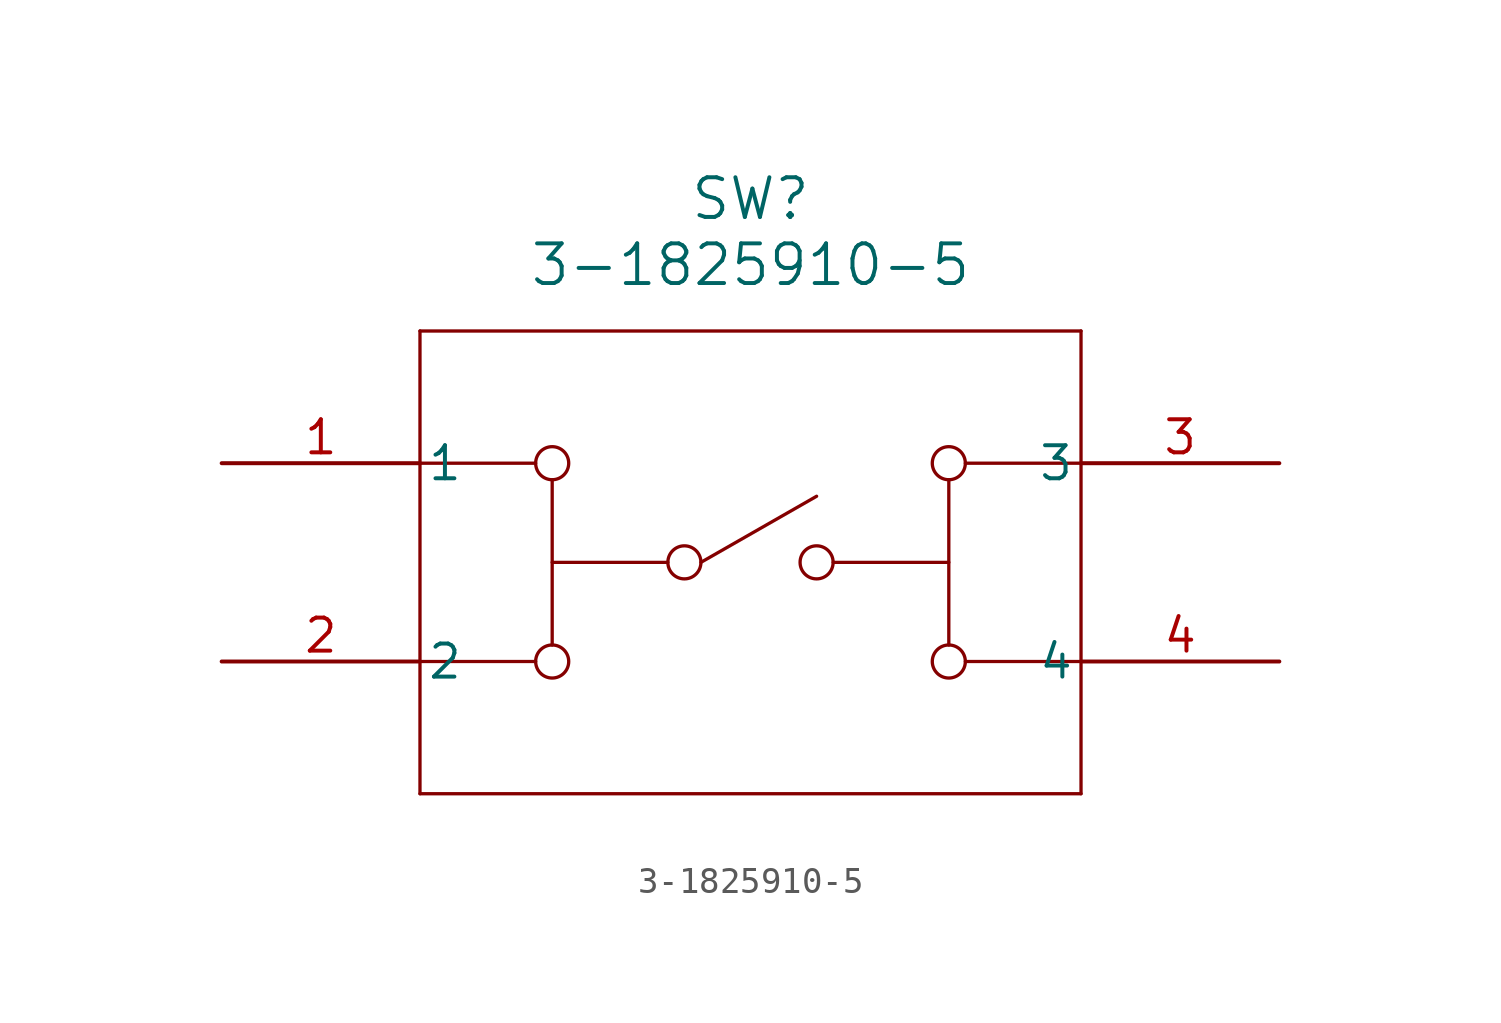
<source format=kicad_sym>
(kicad_symbol_lib
  (version 20211014)
  (generator kicad_symbol_editor)
  (symbol "3-1825910-5"
    (pin_names
      (offset 0.254))
    (property "Reference" "SW"
      (at 20.32 10.16 0)
      (effects (font (size 1.524 1.524))))
    (property "Value" "3-1825910-5"
      (at 20.32 7.62 0)
      (effects (font (size 1.524 1.524))))
    (symbol "3-1825910-5_0_1"
      (polyline (pts (xy 7.62 5.08) (xy 7.62 -12.7)) (stroke (width 0.127) (type default) (color 0 0 0 0)) (fill (type none)))
      (polyline (pts (xy 7.62 -12.7) (xy 33.02 -12.7)) (stroke (width 0.127) (type default) (color 0 0 0 0)) (fill (type none)))
      (polyline (pts (xy 33.02 -12.7) (xy 33.02 5.08)) (stroke (width 0.127) (type default) (color 0 0 0 0)) (fill (type none)))
      (polyline (pts (xy 33.02 5.08) (xy 7.62 5.08)) (stroke (width 0.127) (type default) (color 0 0 0 0)) (fill (type none)))
      (polyline (pts (xy 7.62 0) (xy 12.065 0)) (stroke (width 0.127) (type default) (color 0 0 0 0)) (fill (type none)))
      (polyline (pts (xy 7.62 -7.62) (xy 12.065 -7.62)) (stroke (width 0.127) (type default) (color 0 0 0 0)) (fill (type none)))
      (polyline (pts (xy 33.02 0) (xy 28.575 0)) (stroke (width 0.127) (type default) (color 0 0 0 0)) (fill (type none)))
      (polyline (pts (xy 33.02 -7.62) (xy 28.575 -7.62)) (stroke (width 0.127) (type default) (color 0 0 0 0)) (fill (type none)))
      (circle (center 12.7 0) (radius 0.635) (stroke (width 0.127) (type default) (color 0 0 0 0)) (fill (type none)))
      (circle (center 12.7 -7.62) (radius 0.635) (stroke (width 0.127) (type default) (color 0 0 0 0)) (fill (type none)))
      (circle (center 27.94 -7.62) (radius 0.635) (stroke (width 0.127) (type default) (color 0 0 0 0)) (fill (type none)))
      (circle (center 27.94 0) (radius 0.635) (stroke (width 0.127) (type default) (color 0 0 0 0)) (fill (type none)))
      (polyline (pts (xy 12.7 -0.635) (xy 12.7 -6.985)) (stroke (width 0.127) (type default) (color 0 0 0 0)) (fill (type none)))
      (polyline (pts (xy 27.94 -0.635) (xy 27.94 -6.985)) (stroke (width 0.127) (type default) (color 0 0 0 0)) (fill (type none)))
      (polyline (pts (xy 27.94 -3.81) (xy 23.495 -3.81)) (stroke (width 0.127) (type default) (color 0 0 0 0)) (fill (type none)))
      (polyline (pts (xy 12.7 -3.81) (xy 17.145 -3.81)) (stroke (width 0.127) (type default) (color 0 0 0 0)) (fill (type none)))
      (circle (center 17.78 -3.81) (radius 0.635) (stroke (width 0.127) (type default) (color 0 0 0 0)) (fill (type none)))
      (circle (center 22.86 -3.81) (radius 0.635) (stroke (width 0.127) (type default) (color 0 0 0 0)) (fill (type none)))
      (polyline (pts (xy 18.415 -3.81) (xy 22.86 -1.27)) (stroke (width 0.127) (type default) (color 0 0 0 0)) (fill (type none)))
      (pin unspecified line (at 0 0 0) (length 7.62) (name "1" (effects (font (size 1.27 1.27)))) (number "1" (effects (font (size 1.27 1.27)))))
      (pin unspecified line (at 0 -7.62 0) (length 7.62) (name "2" (effects (font (size 1.27 1.27)))) (number "2" (effects (font (size 1.27 1.27)))))
      (pin unspecified line (at 40.64 0 180) (length 7.62) (name "3" (effects (font (size 1.27 1.27)))) (number "3" (effects (font (size 1.27 1.27)))))
      (pin unspecified line (at 40.64 -7.62 180) (length 7.62) (name "4" (effects (font (size 1.27 1.27)))) (number "4" (effects (font (size 1.27 1.27))))))))
</source>
